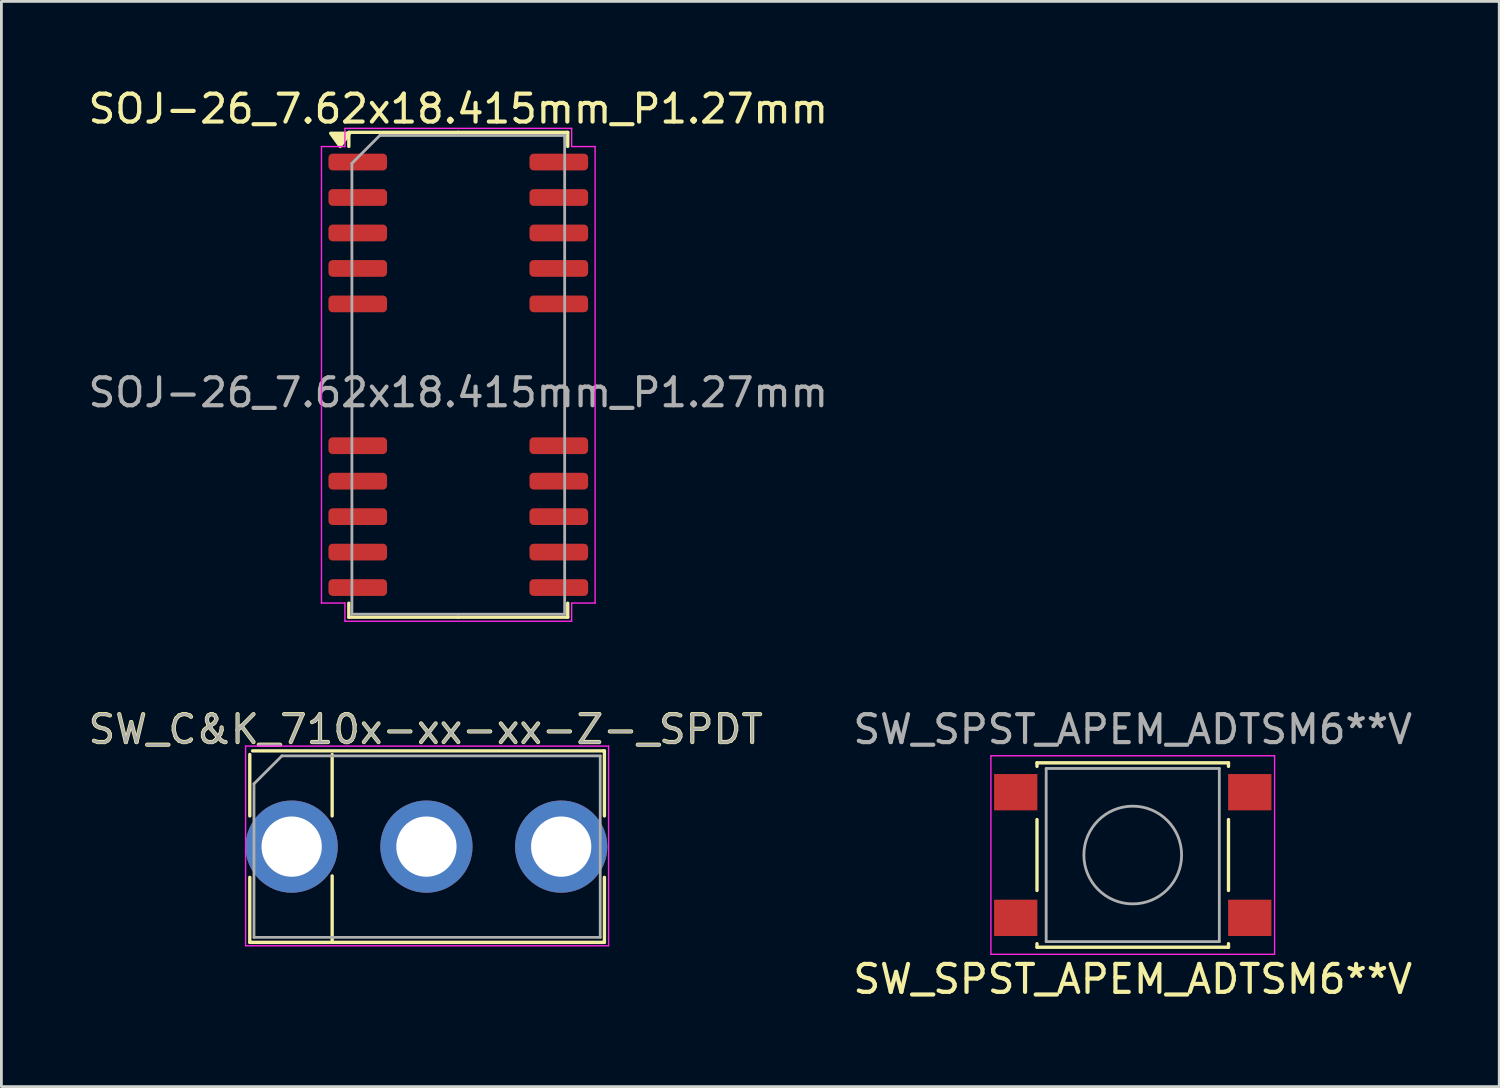
<source format=kicad_pcb>
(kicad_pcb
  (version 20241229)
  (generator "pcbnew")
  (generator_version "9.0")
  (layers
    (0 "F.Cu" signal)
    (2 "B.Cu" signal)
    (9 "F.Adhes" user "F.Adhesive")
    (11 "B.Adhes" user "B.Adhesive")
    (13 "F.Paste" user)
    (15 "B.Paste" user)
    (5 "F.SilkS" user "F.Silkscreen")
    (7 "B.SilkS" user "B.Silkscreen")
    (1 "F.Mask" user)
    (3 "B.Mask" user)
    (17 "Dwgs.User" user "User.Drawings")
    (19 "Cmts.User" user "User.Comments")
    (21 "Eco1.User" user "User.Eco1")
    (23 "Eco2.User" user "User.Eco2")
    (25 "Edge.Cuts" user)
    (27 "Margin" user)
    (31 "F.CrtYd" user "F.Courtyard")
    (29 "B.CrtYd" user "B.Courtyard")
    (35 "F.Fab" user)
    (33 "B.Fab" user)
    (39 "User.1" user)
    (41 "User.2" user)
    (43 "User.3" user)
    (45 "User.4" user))
  (footprint "SW_C&K_710x-xx-xx-Z-_SPDT"
    (layer "F.Cu")
    (at 7.396 27.271)
    (property "Reference" "SW_C&K_710x-xx-xx-Z-_SPDT" (at 4.8 -4.2 0) (layer "F.SilkS") (effects (font (size 1 1) (thickness 0.15))))
    (attr through_hole)
    (fp_line (start -1.5 -1.1) (end -1.5 -3.3) (stroke (width 0.12) (type solid)) (layer "F.SilkS"))
    (fp_line (start -1.5 3.429) (end -1.5 1.1) (stroke (width 0.12) (type solid)) (layer "F.SilkS"))
    (fp_line (start -1.4 -3.429) (end 11.2 -3.429) (stroke (width 0.12) (type solid)) (layer "F.SilkS"))
    (fp_line (start 1.45 -1.1) (end 1.45 -3.3) (stroke (width 0.12) (type solid)) (layer "F.SilkS"))
    (fp_line (start 1.45 3.379) (end 1.45 1.05) (stroke (width 0.12) (type solid)) (layer "F.SilkS"))
    (fp_line (start 11.2 -1.1) (end 11.2 -3.429) (stroke (width 0.12) (type solid)) (layer "F.SilkS"))
    (fp_line (start 11.2 3.429) (end -1.5 3.429) (stroke (width 0.12) (type solid)) (layer "F.SilkS"))
    (fp_line (start 11.2 3.429) (end 11.2 1.1) (stroke (width 0.12) (type solid)) (layer "F.SilkS"))
    (fp_line (start -1.65 -3.6) (end 11.35 -3.6) (stroke (width 0.05) (type solid)) (layer "F.CrtYd"))
    (fp_line (start -1.65 3.55) (end -1.65 -3.6) (stroke (width 0.05) (type solid)) (layer "F.CrtYd"))
    (fp_line (start 11.35 -3.6) (end 11.35 3.55) (stroke (width 0.05) (type solid)) (layer "F.CrtYd"))
    (fp_line (start 11.35 3.55) (end -1.65 3.55) (stroke (width 0.05) (type solid)) (layer "F.CrtYd"))
    (fp_line (start -1.35 3.25) (end -1.35 -2.25) (stroke (width 0.1) (type solid)) (layer "F.Fab"))
    (fp_line (start -0.35 -3.25) (end -1.35 -2.25) (stroke (width 0.1) (type solid)) (layer "F.Fab"))
    (fp_line (start -0.35 -3.25) (end 11.05 -3.25) (stroke (width 0.1) (type solid)) (layer "F.Fab"))
    (fp_line (start 11.05 -3.25) (end 11.05 3.25) (stroke (width 0.1) (type solid)) (layer "F.Fab"))
    (fp_line (start 11.05 3.25) (end -1.35 3.25) (stroke (width 0.1) (type solid)) (layer "F.Fab"))
    (fp_text user "${REFERENCE}" (at 4.8 -4.2 0) (layer "F.Fab") (effects (font (size 1 1) (thickness 0.1))))
    (pad "1" thru_hole circle (at 0 0) (size 3.302 3.302) (drill 2.159) (layers "*.Cu" "*.Mask"))
    (pad "2" thru_hole circle (at 4.826 0) (size 3.302 3.302) (drill 2.159) (layers "*.Cu" "*.Mask"))
    (pad "3" thru_hole circle (at 9.652 0) (size 3.302 3.302) (drill 2.159) (layers "*.Cu" "*.Mask")))
  (footprint "SOJ-26_7.62x18.415mm_P1.27mm"
    (layer "F.Cu")
    (at 13.363 11.008)
    (property "Reference" "SOJ-26_7.62x18.415mm_P1.27mm" (at 0 -10.16 0) (layer "F.SilkS") (effects (font (size 1 1) (thickness 0.15))))
    (attr smd)
    (fp_line (start -3.92 -9.318) (end -3.92 -8.815) (stroke (width 0.12) (type solid)) (layer "F.SilkS"))
    (fp_line (start -3.92 8.047) (end -3.92 7.545) (stroke (width 0.12) (type solid)) (layer "F.SilkS"))
    (fp_line (start 0 -9.318) (end -3.92 -9.318) (stroke (width 0.12) (type solid)) (layer "F.SilkS"))
    (fp_line (start 0 -9.318) (end 3.92 -9.318) (stroke (width 0.12) (type solid)) (layer "F.SilkS"))
    (fp_line (start 0 8.047) (end -3.92 8.047) (stroke (width 0.12) (type solid)) (layer "F.SilkS"))
    (fp_line (start 0 8.047) (end 3.92 8.047) (stroke (width 0.12) (type solid)) (layer "F.SilkS"))
    (fp_line (start 3.92 -9.318) (end 3.92 -8.815) (stroke (width 0.12) (type solid)) (layer "F.SilkS"))
    (fp_line (start 3.92 8.047) (end 3.92 7.545) (stroke (width 0.12) (type solid)) (layer "F.SilkS"))
    (fp_poly (pts (xy -4.23 -8.815) (xy -4.57 -9.285) (xy -3.89 -9.285)) (stroke (width 0.12) (type solid)) (fill yes) (layer "F.SilkS"))
    (fp_line (start -4.9 -8.81) (end -4.06 -8.81) (stroke (width 0.05) (type solid)) (layer "F.CrtYd"))
    (fp_line (start -4.9 7.544) (end -4.9 -8.81) (stroke (width 0.05) (type solid)) (layer "F.CrtYd"))
    (fp_line (start -4.06 -9.46) (end 4.06 -9.46) (stroke (width 0.05) (type solid)) (layer "F.CrtYd"))
    (fp_line (start -4.06 -8.81) (end -4.06 -9.46) (stroke (width 0.05) (type solid)) (layer "F.CrtYd"))
    (fp_line (start -4.06 7.54) (end -4.9 7.54) (stroke (width 0.05) (type solid)) (layer "F.CrtYd"))
    (fp_line (start -4.06 8.19) (end -4.06 7.54) (stroke (width 0.05) (type solid)) (layer "F.CrtYd"))
    (fp_line (start 4.06 -9.46) (end 4.06 -8.81) (stroke (width 0.05) (type solid)) (layer "F.CrtYd"))
    (fp_line (start 4.06 -8.81) (end 4.9 -8.81) (stroke (width 0.05) (type solid)) (layer "F.CrtYd"))
    (fp_line (start 4.06 7.54) (end 4.06 8.19) (stroke (width 0.05) (type solid)) (layer "F.CrtYd"))
    (fp_line (start 4.06 8.19) (end -4.06 8.19) (stroke (width 0.05) (type solid)) (layer "F.CrtYd"))
    (fp_line (start 4.9 -8.81) (end 4.9 7.54) (stroke (width 0.05) (type solid)) (layer "F.CrtYd"))
    (fp_line (start 4.9 7.54) (end 4.06 7.54) (stroke (width 0.05) (type solid)) (layer "F.CrtYd"))
    (fp_line (start -3.81 -8.207) (end -2.81 -9.207) (stroke (width 0.1) (type solid)) (layer "F.Fab"))
    (fp_line (start -3.81 7.95) (end -3.81 -8.207) (stroke (width 0.1) (type solid)) (layer "F.Fab"))
    (fp_line (start -2.81 -9.207) (end 3.81 -9.207) (stroke (width 0.1) (type solid)) (layer "F.Fab"))
    (fp_line (start 3.81 -9.207) (end 3.81 7.938) (stroke (width 0.1) (type solid)) (layer "F.Fab"))
    (fp_line (start 3.81 7.938) (end -3.81 7.938) (stroke (width 0.1) (type solid)) (layer "F.Fab"))
    (fp_text user "${REFERENCE}" (at 0 0 0) (layer "F.Fab") (effects (font (size 1 1) (thickness 0.15))))
    (pad "1" smd roundrect (at -3.6 -8.255) (size 2.1 0.6) (layers "F.Cu" "F.Mask" "F.Paste") (roundrect_rratio 0.25))
    (pad "2" smd roundrect (at -3.6 -6.985) (size 2.1 0.6) (layers "F.Cu" "F.Mask" "F.Paste") (roundrect_rratio 0.25))
    (pad "3" smd roundrect (at -3.6 -5.715) (size 2.1 0.6) (layers "F.Cu" "F.Mask" "F.Paste") (roundrect_rratio 0.25))
    (pad "4" smd roundrect (at -3.6 -4.445) (size 2.1 0.6) (layers "F.Cu" "F.Mask" "F.Paste") (roundrect_rratio 0.25))
    (pad "5" smd roundrect (at -3.6 -3.175) (size 2.1 0.6) (layers "F.Cu" "F.Mask" "F.Paste") (roundrect_rratio 0.25))
    (pad "9" smd roundrect (at -3.6 1.905) (size 2.1 0.6) (layers "F.Cu" "F.Mask" "F.Paste") (roundrect_rratio 0.25))
    (pad "10" smd roundrect (at -3.6 3.175) (size 2.1 0.6) (layers "F.Cu" "F.Mask" "F.Paste") (roundrect_rratio 0.25))
    (pad "11" smd roundrect (at -3.6 4.445) (size 2.1 0.6) (layers "F.Cu" "F.Mask" "F.Paste") (roundrect_rratio 0.25))
    (pad "12" smd roundrect (at -3.6 5.715) (size 2.1 0.6) (layers "F.Cu" "F.Mask" "F.Paste") (roundrect_rratio 0.25))
    (pad "13" smd roundrect (at -3.6 6.985) (size 2.1 0.6) (layers "F.Cu" "F.Mask" "F.Paste") (roundrect_rratio 0.25))
    (pad "14" smd roundrect (at 3.6 6.985) (size 2.1 0.6) (layers "F.Cu" "F.Mask" "F.Paste") (roundrect_rratio 0.25))
    (pad "15" smd roundrect (at 3.6 5.715) (size 2.1 0.6) (layers "F.Cu" "F.Mask" "F.Paste") (roundrect_rratio 0.25))
    (pad "16" smd roundrect (at 3.6 4.445) (size 2.1 0.6) (layers "F.Cu" "F.Mask" "F.Paste") (roundrect_rratio 0.25))
    (pad "17" smd roundrect (at 3.6 3.175) (size 2.1 0.6) (layers "F.Cu" "F.Mask" "F.Paste") (roundrect_rratio 0.25))
    (pad "18" smd roundrect (at 3.6 1.905) (size 2.1 0.6) (layers "F.Cu" "F.Mask" "F.Paste") (roundrect_rratio 0.25))
    (pad "22" smd roundrect (at 3.6 -3.175) (size 2.1 0.6) (layers "F.Cu" "F.Mask" "F.Paste") (roundrect_rratio 0.25))
    (pad "23" smd roundrect (at 3.6 -4.445) (size 2.1 0.6) (layers "F.Cu" "F.Mask" "F.Paste") (roundrect_rratio 0.25))
    (pad "24" smd roundrect (at 3.6 -5.715) (size 2.1 0.6) (layers "F.Cu" "F.Mask" "F.Paste") (roundrect_rratio 0.25))
    (pad "25" smd roundrect (at 3.6 -6.985) (size 2.1 0.6) (layers "F.Cu" "F.Mask" "F.Paste") (roundrect_rratio 0.25))
    (pad "26" smd roundrect (at 3.6 -8.255) (size 2.1 0.6) (layers "F.Cu" "F.Mask" "F.Paste") (roundrect_rratio 0.25)))
  (footprint "SW_SPST_APEM_ADTSM6**V"
    (layer "F.Cu")
    (at 37.518 27.572)
    (property "Reference" "SW_SPST_APEM_ADTSM6**V" (at 0 4.445 0) (layer "F.SilkS") (effects (font (size 1 1) (thickness 0.15))))
    (attr smd)
    (fp_line (start -3.429 -3.302) (end -3.429 -3.175) (stroke (width 0.12) (type solid)) (layer "F.SilkS"))
    (fp_line (start -3.429 -1.27) (end -3.429 1.27) (stroke (width 0.12) (type solid)) (layer "F.SilkS"))
    (fp_line (start -3.429 3.302) (end -3.429 3.175) (stroke (width 0.12) (type solid)) (layer "F.SilkS"))
    (fp_line (start 3.429 -3.302) (end -3.429 -3.302) (stroke (width 0.12) (type solid)) (layer "F.SilkS"))
    (fp_line (start 3.429 -3.175) (end 3.429 -3.302) (stroke (width 0.12) (type solid)) (layer "F.SilkS"))
    (fp_line (start 3.429 -1.27) (end 3.429 1.27) (stroke (width 0.12) (type solid)) (layer "F.SilkS"))
    (fp_line (start 3.429 3.175) (end 3.429 3.302) (stroke (width 0.12) (type solid)) (layer "F.SilkS"))
    (fp_line (start 3.429 3.302) (end -3.429 3.302) (stroke (width 0.12) (type solid)) (layer "F.SilkS"))
    (fp_line (start -5.08 -3.556) (end -5.08 3.556) (stroke (width 0.05) (type solid)) (layer "F.CrtYd"))
    (fp_line (start -5.08 3.556) (end 5.08 3.556) (stroke (width 0.05) (type solid)) (layer "F.CrtYd"))
    (fp_line (start 5.08 -3.556) (end -5.08 -3.556) (stroke (width 0.05) (type solid)) (layer "F.CrtYd"))
    (fp_line (start 5.08 3.556) (end 5.08 -3.556) (stroke (width 0.05) (type solid)) (layer "F.CrtYd"))
    (fp_line (start -3.1 -3.1) (end 3.1 -3.1) (stroke (width 0.1) (type solid)) (layer "F.Fab"))
    (fp_line (start -3.1 3.1) (end -3.1 -3.1) (stroke (width 0.1) (type solid)) (layer "F.Fab"))
    (fp_line (start 3.1 -3.1) (end 3.1 3.1) (stroke (width 0.1) (type solid)) (layer "F.Fab"))
    (fp_line (start 3.1 3.1) (end -3.1 3.1) (stroke (width 0.1) (type solid)) (layer "F.Fab"))
    (fp_circle (center 0 0) (end 1.75 0) (stroke (width 0.1) (type solid)) (fill no) (layer "F.Fab"))
    (fp_text user "${REFERENCE}" (at 0 -4.5 0) (layer "F.Fab") (effects (font (size 1 1) (thickness 0.15))))
    (pad "1" smd rect (at -4.191 -2.25) (size 1.55 1.3) (layers "F.Cu" "F.Mask" "F.Paste"))
    (pad "1" smd rect (at 4.191 -2.25) (size 1.55 1.3) (layers "F.Cu" "F.Mask" "F.Paste"))
    (pad "2" smd rect (at -4.191 2.25) (size 1.55 1.3) (layers "F.Cu" "F.Mask" "F.Paste"))
    (pad "2" smd rect (at 4.191 2.25) (size 1.55 1.3) (layers "F.Cu" "F.Mask" "F.Paste")))
  (gr_rect
    (start -3 -3)
    (end 50.643 35.865)
    (stroke (width 0.1) (type default))
    (fill no)
    (layer "Edge.Cuts")))
</source>
